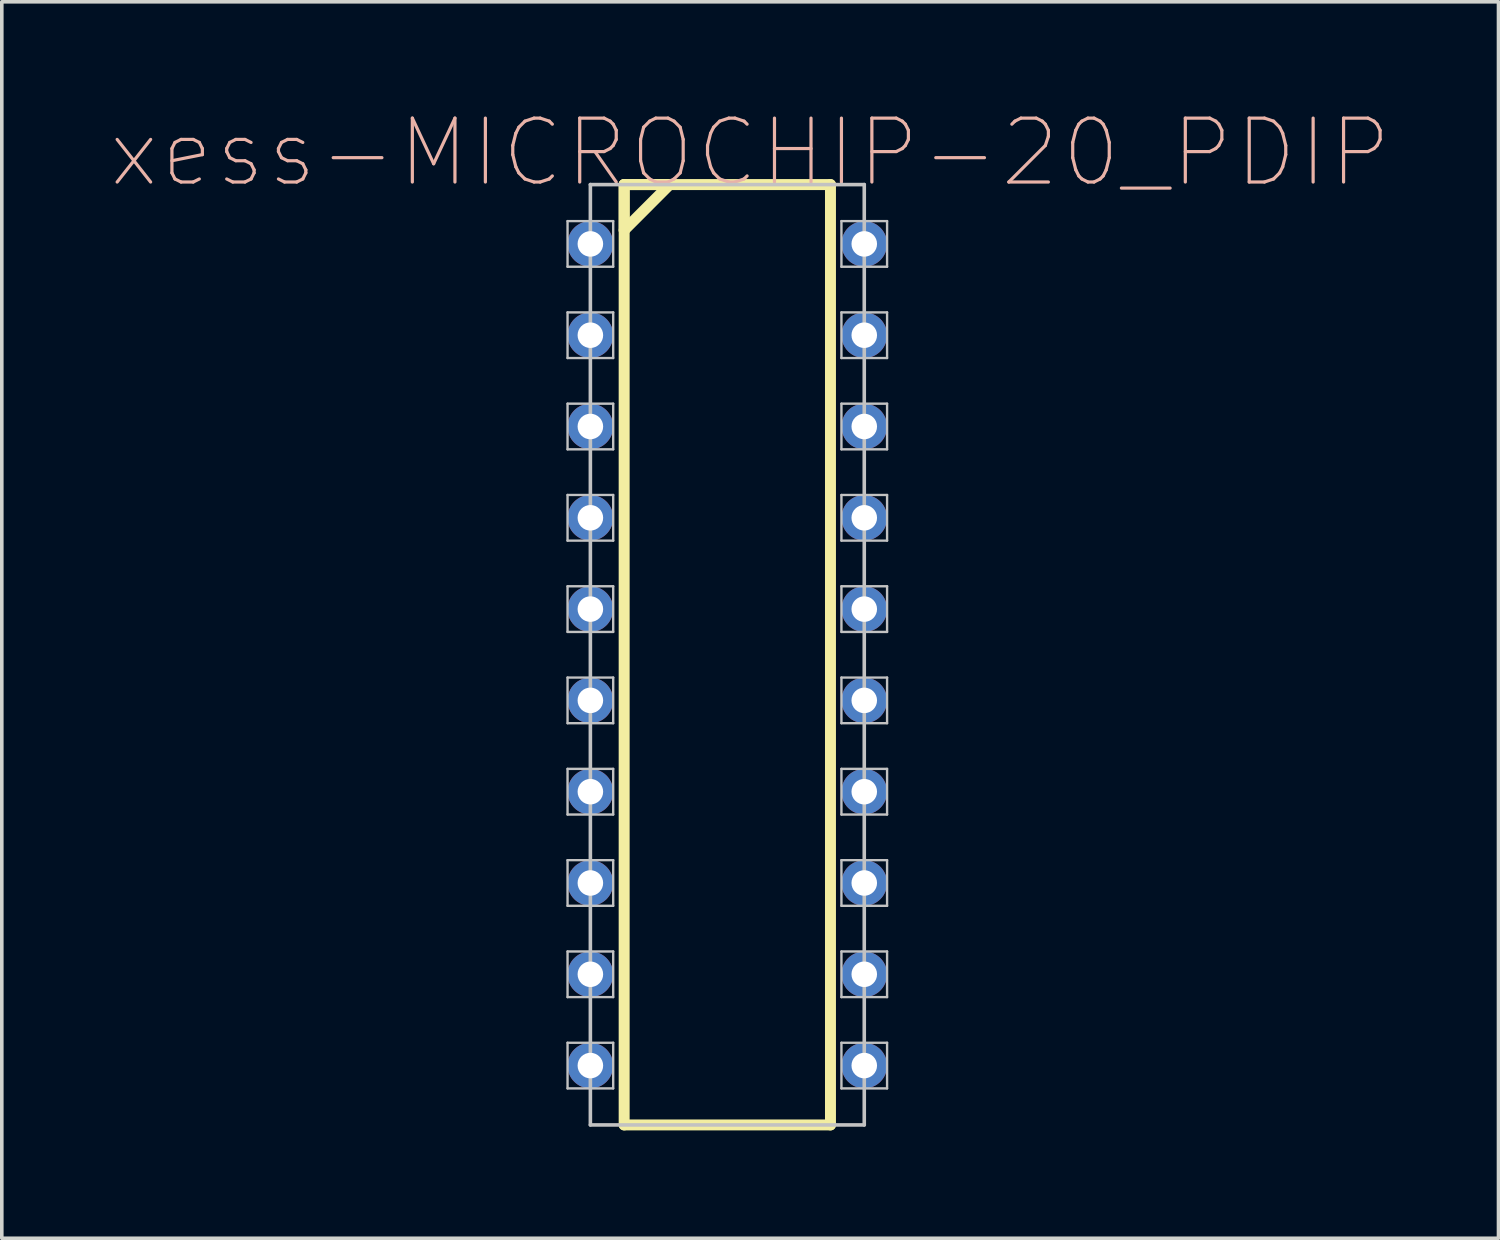
<source format=kicad_pcb>
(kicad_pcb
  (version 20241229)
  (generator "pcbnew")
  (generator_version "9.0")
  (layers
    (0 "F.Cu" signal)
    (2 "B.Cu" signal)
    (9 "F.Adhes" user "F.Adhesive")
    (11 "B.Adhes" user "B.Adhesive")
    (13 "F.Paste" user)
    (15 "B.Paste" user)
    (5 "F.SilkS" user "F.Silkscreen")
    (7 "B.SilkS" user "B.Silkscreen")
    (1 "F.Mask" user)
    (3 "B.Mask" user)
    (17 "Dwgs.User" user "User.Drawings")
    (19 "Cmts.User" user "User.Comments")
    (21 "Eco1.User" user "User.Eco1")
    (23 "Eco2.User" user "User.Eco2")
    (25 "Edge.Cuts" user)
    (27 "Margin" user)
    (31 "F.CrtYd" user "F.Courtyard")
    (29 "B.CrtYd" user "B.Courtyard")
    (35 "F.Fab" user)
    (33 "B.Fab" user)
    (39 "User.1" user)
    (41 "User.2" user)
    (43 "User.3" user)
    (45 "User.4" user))
  (footprint "xess-MICROCHIP-20_PDIP"
    (layer "F.Cu")
    (at 13.375 3.736)
    (property "Reference" "xess-MICROCHIP-20_PDIP" (at 4.445 -2.54 0) (layer "B.SilkS") (effects (font (size 1.778 1.778) (thickness 0.089))))
    (attr exclude_from_pos_files exclude_from_bom)
    (fp_line (start 0.94 -1.651) (end 0.94 -0.381) (stroke (width 0.305) (type solid)) (layer "F.SilkS"))
    (fp_line (start 0.94 -1.651) (end 0.94 24.511) (stroke (width 0.305) (type solid)) (layer "F.SilkS"))
    (fp_line (start 0.94 -0.381) (end 2.207 -1.651) (stroke (width 0.305) (type solid)) (layer "F.SilkS"))
    (fp_line (start 0.94 24.511) (end 6.68 24.511) (stroke (width 0.305) (type solid)) (layer "F.SilkS"))
    (fp_line (start 2.207 -1.651) (end 0.94 -1.651) (stroke (width 0.305) (type solid)) (layer "F.SilkS"))
    (fp_line (start 6.68 -1.651) (end 0.94 -1.651) (stroke (width 0.305) (type solid)) (layer "F.SilkS"))
    (fp_line (start 6.68 24.511) (end 6.68 -1.651) (stroke (width 0.305) (type solid)) (layer "F.SilkS"))
    (fp_line (start -0.635 -0.635) (end 0.635 -0.635) (stroke (width 0.066) (type solid)) (layer "Dwgs.User"))
    (fp_line (start -0.635 0.635) (end -0.635 -0.635) (stroke (width 0.066) (type solid)) (layer "Dwgs.User"))
    (fp_line (start -0.635 0.635) (end 0.635 0.635) (stroke (width 0.066) (type solid)) (layer "Dwgs.User"))
    (fp_line (start -0.635 1.905) (end 0.635 1.905) (stroke (width 0.066) (type solid)) (layer "Dwgs.User"))
    (fp_line (start -0.635 3.175) (end -0.635 1.905) (stroke (width 0.066) (type solid)) (layer "Dwgs.User"))
    (fp_line (start -0.635 3.175) (end 0.635 3.175) (stroke (width 0.066) (type solid)) (layer "Dwgs.User"))
    (fp_line (start -0.635 4.445) (end 0.635 4.445) (stroke (width 0.066) (type solid)) (layer "Dwgs.User"))
    (fp_line (start -0.635 5.715) (end -0.635 4.445) (stroke (width 0.066) (type solid)) (layer "Dwgs.User"))
    (fp_line (start -0.635 5.715) (end 0.635 5.715) (stroke (width 0.066) (type solid)) (layer "Dwgs.User"))
    (fp_line (start -0.635 6.985) (end 0.635 6.985) (stroke (width 0.066) (type solid)) (layer "Dwgs.User"))
    (fp_line (start -0.635 8.255) (end -0.635 6.985) (stroke (width 0.066) (type solid)) (layer "Dwgs.User"))
    (fp_line (start -0.635 8.255) (end 0.635 8.255) (stroke (width 0.066) (type solid)) (layer "Dwgs.User"))
    (fp_line (start -0.635 9.525) (end 0.635 9.525) (stroke (width 0.066) (type solid)) (layer "Dwgs.User"))
    (fp_line (start -0.635 10.795) (end -0.635 9.525) (stroke (width 0.066) (type solid)) (layer "Dwgs.User"))
    (fp_line (start -0.635 10.795) (end 0.635 10.795) (stroke (width 0.066) (type solid)) (layer "Dwgs.User"))
    (fp_line (start -0.635 12.065) (end 0.635 12.065) (stroke (width 0.066) (type solid)) (layer "Dwgs.User"))
    (fp_line (start -0.635 13.335) (end -0.635 12.065) (stroke (width 0.066) (type solid)) (layer "Dwgs.User"))
    (fp_line (start -0.635 13.335) (end 0.635 13.335) (stroke (width 0.066) (type solid)) (layer "Dwgs.User"))
    (fp_line (start -0.635 14.605) (end 0.635 14.605) (stroke (width 0.066) (type solid)) (layer "Dwgs.User"))
    (fp_line (start -0.635 15.875) (end -0.635 14.605) (stroke (width 0.066) (type solid)) (layer "Dwgs.User"))
    (fp_line (start -0.635 15.875) (end 0.635 15.875) (stroke (width 0.066) (type solid)) (layer "Dwgs.User"))
    (fp_line (start -0.635 17.145) (end 0.635 17.145) (stroke (width 0.066) (type solid)) (layer "Dwgs.User"))
    (fp_line (start -0.635 18.415) (end -0.635 17.145) (stroke (width 0.066) (type solid)) (layer "Dwgs.User"))
    (fp_line (start -0.635 18.415) (end 0.635 18.415) (stroke (width 0.066) (type solid)) (layer "Dwgs.User"))
    (fp_line (start -0.635 19.685) (end 0.635 19.685) (stroke (width 0.066) (type solid)) (layer "Dwgs.User"))
    (fp_line (start -0.635 20.955) (end -0.635 19.685) (stroke (width 0.066) (type solid)) (layer "Dwgs.User"))
    (fp_line (start -0.635 20.955) (end 0.635 20.955) (stroke (width 0.066) (type solid)) (layer "Dwgs.User"))
    (fp_line (start -0.635 22.225) (end 0.635 22.225) (stroke (width 0.066) (type solid)) (layer "Dwgs.User"))
    (fp_line (start -0.635 23.495) (end -0.635 22.225) (stroke (width 0.066) (type solid)) (layer "Dwgs.User"))
    (fp_line (start -0.635 23.495) (end 0.635 23.495) (stroke (width 0.066) (type solid)) (layer "Dwgs.User"))
    (fp_line (start 0 -1.651) (end 0 24.511) (stroke (width 0.1) (type solid)) (layer "Dwgs.User"))
    (fp_line (start 0 24.511) (end 7.62 24.511) (stroke (width 0.1) (type solid)) (layer "Dwgs.User"))
    (fp_line (start 0.635 0.635) (end 0.635 -0.635) (stroke (width 0.066) (type solid)) (layer "Dwgs.User"))
    (fp_line (start 0.635 3.175) (end 0.635 1.905) (stroke (width 0.066) (type solid)) (layer "Dwgs.User"))
    (fp_line (start 0.635 5.715) (end 0.635 4.445) (stroke (width 0.066) (type solid)) (layer "Dwgs.User"))
    (fp_line (start 0.635 8.255) (end 0.635 6.985) (stroke (width 0.066) (type solid)) (layer "Dwgs.User"))
    (fp_line (start 0.635 10.795) (end 0.635 9.525) (stroke (width 0.066) (type solid)) (layer "Dwgs.User"))
    (fp_line (start 0.635 13.335) (end 0.635 12.065) (stroke (width 0.066) (type solid)) (layer "Dwgs.User"))
    (fp_line (start 0.635 15.875) (end 0.635 14.605) (stroke (width 0.066) (type solid)) (layer "Dwgs.User"))
    (fp_line (start 0.635 18.415) (end 0.635 17.145) (stroke (width 0.066) (type solid)) (layer "Dwgs.User"))
    (fp_line (start 0.635 20.955) (end 0.635 19.685) (stroke (width 0.066) (type solid)) (layer "Dwgs.User"))
    (fp_line (start 0.635 23.495) (end 0.635 22.225) (stroke (width 0.066) (type solid)) (layer "Dwgs.User"))
    (fp_line (start 6.985 -0.635) (end 8.255 -0.635) (stroke (width 0.066) (type solid)) (layer "Dwgs.User"))
    (fp_line (start 6.985 0.635) (end 6.985 -0.635) (stroke (width 0.066) (type solid)) (layer "Dwgs.User"))
    (fp_line (start 6.985 0.635) (end 8.255 0.635) (stroke (width 0.066) (type solid)) (layer "Dwgs.User"))
    (fp_line (start 6.985 1.905) (end 8.255 1.905) (stroke (width 0.066) (type solid)) (layer "Dwgs.User"))
    (fp_line (start 6.985 3.175) (end 6.985 1.905) (stroke (width 0.066) (type solid)) (layer "Dwgs.User"))
    (fp_line (start 6.985 3.175) (end 8.255 3.175) (stroke (width 0.066) (type solid)) (layer "Dwgs.User"))
    (fp_line (start 6.985 4.445) (end 8.255 4.445) (stroke (width 0.066) (type solid)) (layer "Dwgs.User"))
    (fp_line (start 6.985 5.715) (end 6.985 4.445) (stroke (width 0.066) (type solid)) (layer "Dwgs.User"))
    (fp_line (start 6.985 5.715) (end 8.255 5.715) (stroke (width 0.066) (type solid)) (layer "Dwgs.User"))
    (fp_line (start 6.985 6.985) (end 8.255 6.985) (stroke (width 0.066) (type solid)) (layer "Dwgs.User"))
    (fp_line (start 6.985 8.255) (end 6.985 6.985) (stroke (width 0.066) (type solid)) (layer "Dwgs.User"))
    (fp_line (start 6.985 8.255) (end 8.255 8.255) (stroke (width 0.066) (type solid)) (layer "Dwgs.User"))
    (fp_line (start 6.985 9.525) (end 8.255 9.525) (stroke (width 0.066) (type solid)) (layer "Dwgs.User"))
    (fp_line (start 6.985 10.795) (end 6.985 9.525) (stroke (width 0.066) (type solid)) (layer "Dwgs.User"))
    (fp_line (start 6.985 10.795) (end 8.255 10.795) (stroke (width 0.066) (type solid)) (layer "Dwgs.User"))
    (fp_line (start 6.985 12.065) (end 8.255 12.065) (stroke (width 0.066) (type solid)) (layer "Dwgs.User"))
    (fp_line (start 6.985 13.335) (end 6.985 12.065) (stroke (width 0.066) (type solid)) (layer "Dwgs.User"))
    (fp_line (start 6.985 13.335) (end 8.255 13.335) (stroke (width 0.066) (type solid)) (layer "Dwgs.User"))
    (fp_line (start 6.985 14.605) (end 8.255 14.605) (stroke (width 0.066) (type solid)) (layer "Dwgs.User"))
    (fp_line (start 6.985 15.875) (end 6.985 14.605) (stroke (width 0.066) (type solid)) (layer "Dwgs.User"))
    (fp_line (start 6.985 15.875) (end 8.255 15.875) (stroke (width 0.066) (type solid)) (layer "Dwgs.User"))
    (fp_line (start 6.985 17.145) (end 8.255 17.145) (stroke (width 0.066) (type solid)) (layer "Dwgs.User"))
    (fp_line (start 6.985 18.415) (end 6.985 17.145) (stroke (width 0.066) (type solid)) (layer "Dwgs.User"))
    (fp_line (start 6.985 18.415) (end 8.255 18.415) (stroke (width 0.066) (type solid)) (layer "Dwgs.User"))
    (fp_line (start 6.985 19.685) (end 8.255 19.685) (stroke (width 0.066) (type solid)) (layer "Dwgs.User"))
    (fp_line (start 6.985 20.955) (end 6.985 19.685) (stroke (width 0.066) (type solid)) (layer "Dwgs.User"))
    (fp_line (start 6.985 20.955) (end 8.255 20.955) (stroke (width 0.066) (type solid)) (layer "Dwgs.User"))
    (fp_line (start 6.985 22.225) (end 8.255 22.225) (stroke (width 0.066) (type solid)) (layer "Dwgs.User"))
    (fp_line (start 6.985 23.495) (end 6.985 22.225) (stroke (width 0.066) (type solid)) (layer "Dwgs.User"))
    (fp_line (start 6.985 23.495) (end 8.255 23.495) (stroke (width 0.066) (type solid)) (layer "Dwgs.User"))
    (fp_line (start 7.62 -1.651) (end 0 -1.651) (stroke (width 0.1) (type solid)) (layer "Dwgs.User"))
    (fp_line (start 7.62 24.511) (end 7.62 -1.651) (stroke (width 0.1) (type solid)) (layer "Dwgs.User"))
    (fp_line (start 8.255 0.635) (end 8.255 -0.635) (stroke (width 0.066) (type solid)) (layer "Dwgs.User"))
    (fp_line (start 8.255 3.175) (end 8.255 1.905) (stroke (width 0.066) (type solid)) (layer "Dwgs.User"))
    (fp_line (start 8.255 5.715) (end 8.255 4.445) (stroke (width 0.066) (type solid)) (layer "Dwgs.User"))
    (fp_line (start 8.255 8.255) (end 8.255 6.985) (stroke (width 0.066) (type solid)) (layer "Dwgs.User"))
    (fp_line (start 8.255 10.795) (end 8.255 9.525) (stroke (width 0.066) (type solid)) (layer "Dwgs.User"))
    (fp_line (start 8.255 13.335) (end 8.255 12.065) (stroke (width 0.066) (type solid)) (layer "Dwgs.User"))
    (fp_line (start 8.255 15.875) (end 8.255 14.605) (stroke (width 0.066) (type solid)) (layer "Dwgs.User"))
    (fp_line (start 8.255 18.415) (end 8.255 17.145) (stroke (width 0.066) (type solid)) (layer "Dwgs.User"))
    (fp_line (start 8.255 20.955) (end 8.255 19.685) (stroke (width 0.066) (type solid)) (layer "Dwgs.User"))
    (fp_line (start 8.255 23.495) (end 8.255 22.225) (stroke (width 0.066) (type solid)) (layer "Dwgs.User"))
    (pad "1" thru_hole circle (at 0 0) (size 1.27 1.27) (drill 0.711) (layers "*.Cu" "*.Mask"))
    (pad "2" thru_hole circle (at 0 2.54) (size 1.27 1.27) (drill 0.711) (layers "*.Cu" "*.Mask"))
    (pad "3" thru_hole circle (at 0 5.08) (size 1.27 1.27) (drill 0.711) (layers "*.Cu" "*.Mask"))
    (pad "4" thru_hole circle (at 0 7.62) (size 1.27 1.27) (drill 0.711) (layers "*.Cu" "*.Mask"))
    (pad "5" thru_hole circle (at 0 10.16) (size 1.27 1.27) (drill 0.711) (layers "*.Cu" "*.Mask"))
    (pad "6" thru_hole circle (at 0 12.7) (size 1.27 1.27) (drill 0.711) (layers "*.Cu" "*.Mask"))
    (pad "7" thru_hole circle (at 0 15.24) (size 1.27 1.27) (drill 0.711) (layers "*.Cu" "*.Mask"))
    (pad "8" thru_hole circle (at 0 17.78) (size 1.27 1.27) (drill 0.711) (layers "*.Cu" "*.Mask"))
    (pad "9" thru_hole circle (at 0 20.32) (size 1.27 1.27) (drill 0.711) (layers "*.Cu" "*.Mask"))
    (pad "10" thru_hole circle (at 0 22.86) (size 1.27 1.27) (drill 0.711) (layers "*.Cu" "*.Mask"))
    (pad "11" thru_hole circle (at 7.62 22.86) (size 1.27 1.27) (drill 0.711) (layers "*.Cu" "*.Mask"))
    (pad "12" thru_hole circle (at 7.62 20.32) (size 1.27 1.27) (drill 0.711) (layers "*.Cu" "*.Mask"))
    (pad "13" thru_hole circle (at 7.62 17.78) (size 1.27 1.27) (drill 0.711) (layers "*.Cu" "*.Mask"))
    (pad "14" thru_hole circle (at 7.62 15.24) (size 1.27 1.27) (drill 0.711) (layers "*.Cu" "*.Mask"))
    (pad "15" thru_hole circle (at 7.62 12.7) (size 1.27 1.27) (drill 0.711) (layers "*.Cu" "*.Mask"))
    (pad "16" thru_hole circle (at 7.62 10.16) (size 1.27 1.27) (drill 0.711) (layers "*.Cu" "*.Mask"))
    (pad "17" thru_hole circle (at 7.62 7.62) (size 1.27 1.27) (drill 0.711) (layers "*.Cu" "*.Mask"))
    (pad "18" thru_hole circle (at 7.62 5.08) (size 1.27 1.27) (drill 0.711) (layers "*.Cu" "*.Mask"))
    (pad "19" thru_hole circle (at 7.62 2.54) (size 1.27 1.27) (drill 0.711) (layers "*.Cu" "*.Mask"))
    (pad "20" thru_hole circle (at 7.62 0) (size 1.27 1.27) (drill 0.711) (layers "*.Cu" "*.Mask")))
  (gr_rect
    (start -3 -3)
    (end 38.64 31.4)
    (stroke (width 0.1) (type default))
    (fill no)
    (layer "Edge.Cuts")))
</source>
